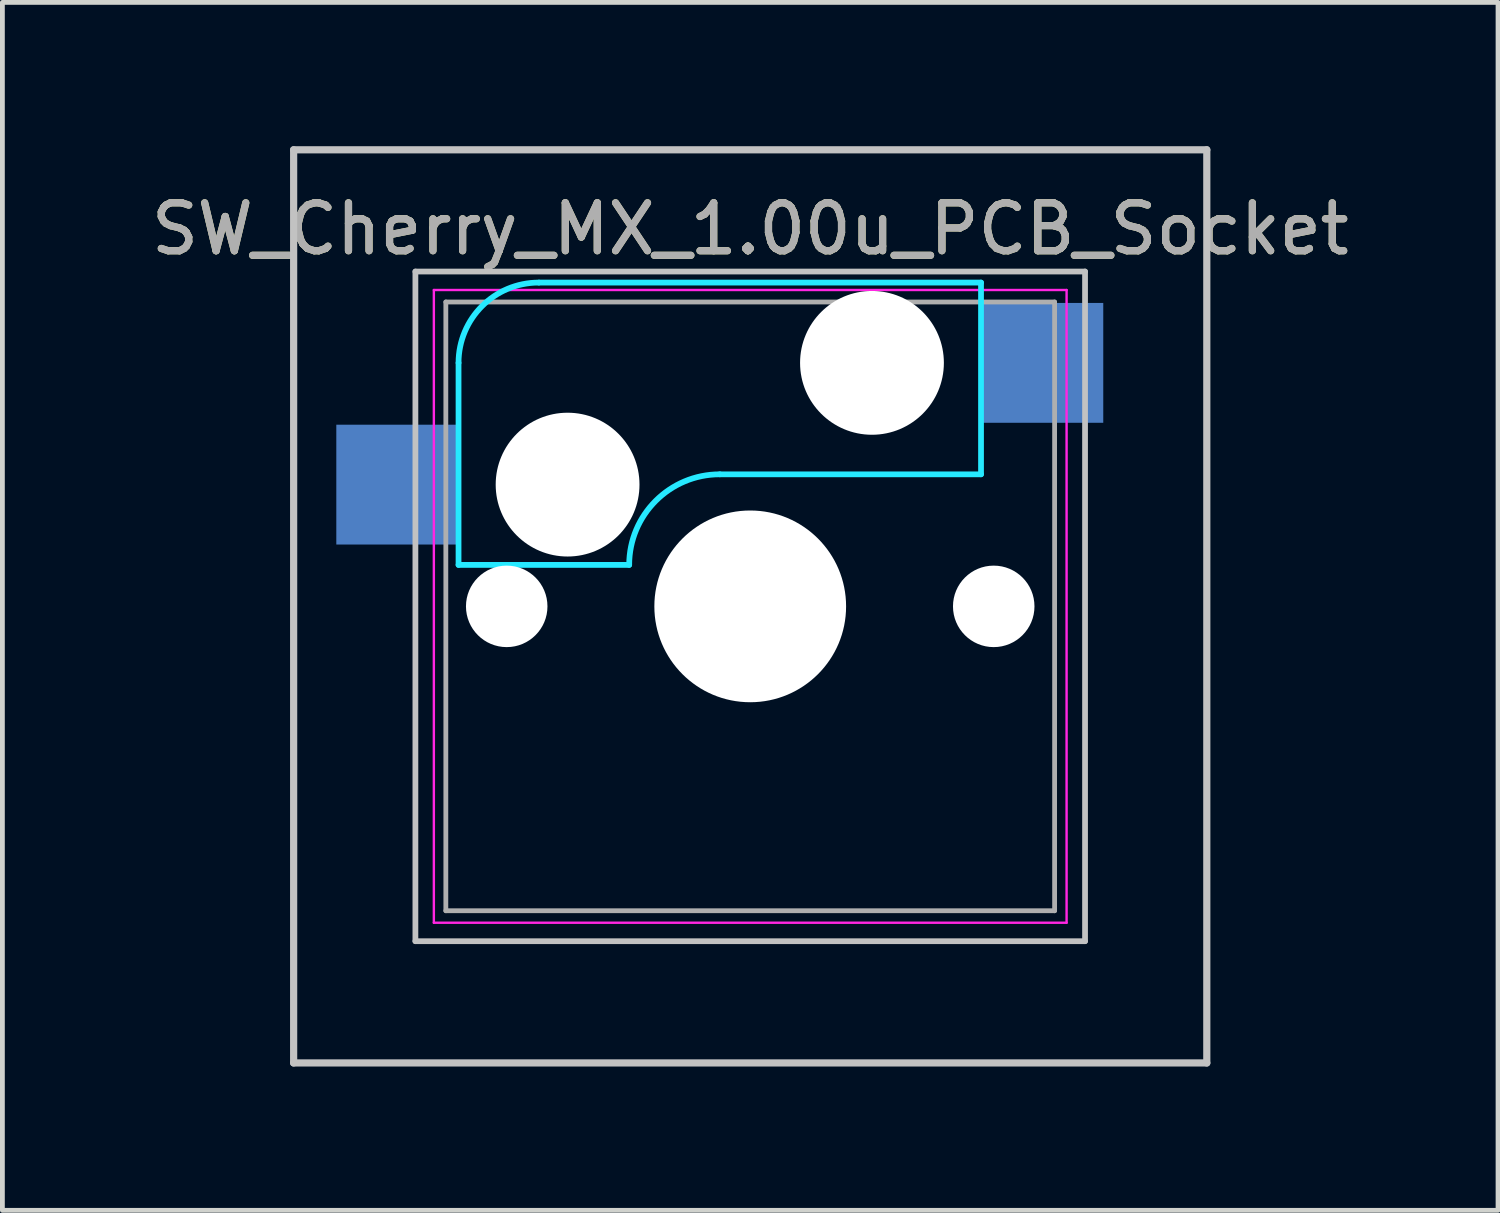
<source format=kicad_pcb>
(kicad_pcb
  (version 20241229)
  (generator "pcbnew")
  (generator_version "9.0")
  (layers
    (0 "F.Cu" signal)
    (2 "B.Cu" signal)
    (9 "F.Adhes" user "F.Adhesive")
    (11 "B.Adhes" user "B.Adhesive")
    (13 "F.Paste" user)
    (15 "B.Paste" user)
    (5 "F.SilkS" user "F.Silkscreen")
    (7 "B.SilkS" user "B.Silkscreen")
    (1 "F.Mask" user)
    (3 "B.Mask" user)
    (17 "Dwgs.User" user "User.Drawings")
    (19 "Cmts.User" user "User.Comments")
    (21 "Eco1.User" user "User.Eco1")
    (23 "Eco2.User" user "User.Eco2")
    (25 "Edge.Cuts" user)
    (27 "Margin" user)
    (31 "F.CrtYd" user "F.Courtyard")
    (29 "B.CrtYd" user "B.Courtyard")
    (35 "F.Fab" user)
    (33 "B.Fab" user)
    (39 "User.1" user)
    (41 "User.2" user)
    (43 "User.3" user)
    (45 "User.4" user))
  (footprint "SW_Cherry_MX_1.00u_PCB_Socket"
    (layer "F.Cu")
    (at 12.601 9.6)
    (property "Reference" "SW_Cherry_MX_1.00u_PCB_Socket" (at 0 -7.874 0) (layer "F.SilkS") (effects (font (size 1 1) (thickness 0.15))))
    (attr through_hole)
    (fp_line (start -9.525 -9.525) (end 9.525 -9.525) (stroke (width 0.15) (type solid)) (layer "Dwgs.User"))
    (fp_line (start -9.525 9.525) (end -9.525 -9.525) (stroke (width 0.15) (type solid)) (layer "Dwgs.User"))
    (fp_line (start -6.985 -6.985) (end 6.985 -6.985) (stroke (width 0.12) (type solid)) (layer "Dwgs.User"))
    (fp_line (start -6.985 6.985) (end -6.985 -6.985) (stroke (width 0.12) (type solid)) (layer "Dwgs.User"))
    (fp_line (start 6.985 -6.985) (end 6.985 6.985) (stroke (width 0.12) (type solid)) (layer "Dwgs.User"))
    (fp_line (start 6.985 6.985) (end -6.985 6.985) (stroke (width 0.12) (type solid)) (layer "Dwgs.User"))
    (fp_line (start 9.525 -9.525) (end 9.525 9.525) (stroke (width 0.15) (type solid)) (layer "Dwgs.User"))
    (fp_line (start 9.525 9.525) (end -9.525 9.525) (stroke (width 0.15) (type solid)) (layer "Dwgs.User"))
    (fp_line (start -6.085 -0.865) (end -6.085 -5.08) (stroke (width 0.12) (type solid)) (layer "B.CrtYd"))
    (fp_line (start -6.085 -0.865) (end -2.525 -0.865) (stroke (width 0.12) (type solid)) (layer "B.CrtYd"))
    (fp_line (start -4.41 -6.755) (end 4.815 -6.755) (stroke (width 0.12) (type solid)) (layer "B.CrtYd"))
    (fp_line (start 4.815 -6.755) (end 4.815 -2.755) (stroke (width 0.12) (type solid)) (layer "B.CrtYd"))
    (fp_line (start 4.815 -2.755) (end -0.635 -2.755) (stroke (width 0.12) (type solid)) (layer "B.CrtYd"))
    (fp_arc (start -6.085 -5.08) (mid -5.594404 -6.264404) (end -4.41 -6.755) (stroke (width 0.12) (type solid)) (layer "B.CrtYd"))
    (fp_arc (start -2.525 -0.865) (mid -1.971432 -2.201432) (end -0.635 -2.755) (stroke (width 0.12) (type solid)) (layer "B.CrtYd"))
    (fp_line (start -6.6 -6.6) (end 6.6 -6.6) (stroke (width 0.05) (type solid)) (layer "F.CrtYd"))
    (fp_line (start -6.6 6.6) (end -6.6 -6.6) (stroke (width 0.05) (type solid)) (layer "F.CrtYd"))
    (fp_line (start 6.6 -6.6) (end 6.6 6.6) (stroke (width 0.05) (type solid)) (layer "F.CrtYd"))
    (fp_line (start 6.6 6.6) (end -6.6 6.6) (stroke (width 0.05) (type solid)) (layer "F.CrtYd"))
    (fp_line (start -6.35 -6.35) (end 6.35 -6.35) (stroke (width 0.1) (type solid)) (layer "F.Fab"))
    (fp_line (start -6.35 6.35) (end -6.35 -6.35) (stroke (width 0.1) (type solid)) (layer "F.Fab"))
    (fp_line (start 6.35 -6.35) (end 6.35 6.35) (stroke (width 0.1) (type solid)) (layer "F.Fab"))
    (fp_line (start 6.35 6.35) (end -6.35 6.35) (stroke (width 0.1) (type solid)) (layer "F.Fab"))
    (fp_text user "${REFERENCE}" (at 0 -7.874 0) (layer "F.Fab") (effects (font (size 1 1) (thickness 0.15))))
    (pad "" np_thru_hole circle (at -5.08 0) (size 1.7 1.7) (drill 1.7) (layers "*.Cu" "*.Mask"))
    (pad "" np_thru_hole circle (at -3.81 -2.54) (size 3 3) (drill 3) (layers "*.Cu" "*.Mask"))
    (pad "" np_thru_hole circle (at 0 0) (size 4 4) (drill 4) (layers "*.Cu" "*.Mask"))
    (pad "" np_thru_hole circle (at 2.54 -5.08) (size 3 3) (drill 3) (layers "*.Cu" "*.Mask"))
    (pad "" np_thru_hole circle (at 5.08 0) (size 1.7 1.7) (drill 1.7) (layers "*.Cu" "*.Mask"))
    (pad "1" smd rect (at 6.09 -5.08) (size 2.55 2.5) (layers "B.Cu" "B.Mask" "B.Paste"))
    (pad "2" smd rect (at -7.36 -2.54) (size 2.55 2.5) (layers "B.Cu" "B.Mask" "B.Paste")))
  (gr_rect
    (start -3 -3)
    (end 28.202 22.2)
    (stroke (width 0.1) (type default))
    (fill no)
    (layer "Edge.Cuts")))
</source>
